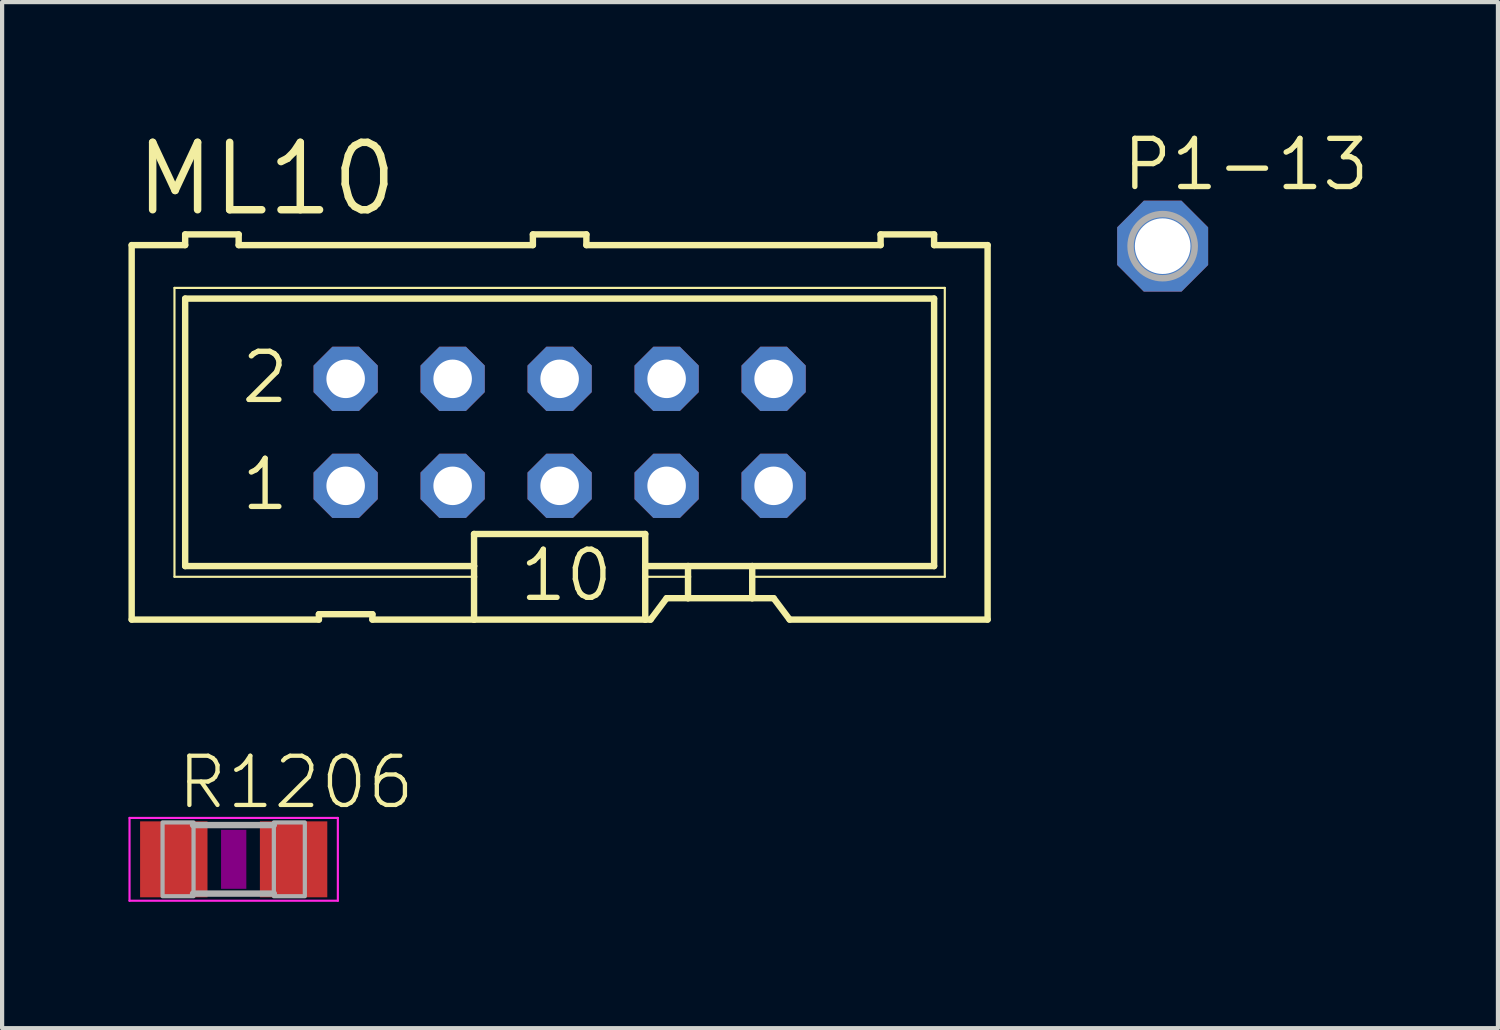
<source format=kicad_pcb>
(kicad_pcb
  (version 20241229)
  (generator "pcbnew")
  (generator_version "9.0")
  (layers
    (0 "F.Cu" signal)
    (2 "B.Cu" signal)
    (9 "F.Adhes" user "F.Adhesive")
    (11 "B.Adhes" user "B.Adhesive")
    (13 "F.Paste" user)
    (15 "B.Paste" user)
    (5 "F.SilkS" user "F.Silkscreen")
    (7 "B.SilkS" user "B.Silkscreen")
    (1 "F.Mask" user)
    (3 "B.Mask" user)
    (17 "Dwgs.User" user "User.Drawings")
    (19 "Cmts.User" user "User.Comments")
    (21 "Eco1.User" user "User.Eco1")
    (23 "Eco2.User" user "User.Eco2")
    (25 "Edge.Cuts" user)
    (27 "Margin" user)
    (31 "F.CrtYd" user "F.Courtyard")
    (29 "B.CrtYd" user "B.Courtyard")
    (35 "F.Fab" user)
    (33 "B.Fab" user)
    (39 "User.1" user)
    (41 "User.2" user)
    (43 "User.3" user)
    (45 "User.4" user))
  (footprint "R1206"
    (layer "F.Cu")
    (at 2.498 17.351)
    (property "Reference" "R1206" (at -1.397 -1.143 0) (layer "F.SilkS") (effects (font (size 1.168 1.168) (thickness 0.102)) (justify left bottom)))
    (fp_poly (pts (xy -0.3 0.7) (xy 0.3 0.7) (xy 0.3 -0.7) (xy -0.3 -0.7)) (stroke (width 0) (type default)) (fill yes) (layer "F.Adhes"))
    (fp_line (start -2.473 -0.983) (end 2.473 -0.983) (stroke (width 0.051) (type solid)) (layer "F.CrtYd"))
    (fp_line (start -2.473 0.983) (end -2.473 -0.983) (stroke (width 0.051) (type solid)) (layer "F.CrtYd"))
    (fp_line (start 2.473 -0.983) (end 2.473 0.983) (stroke (width 0.051) (type solid)) (layer "F.CrtYd"))
    (fp_line (start 2.473 0.983) (end -2.473 0.983) (stroke (width 0.051) (type solid)) (layer "F.CrtYd"))
    (fp_line (start 0.953 -0.813) (end -0.965 -0.813) (stroke (width 0.152) (type solid)) (layer "F.Fab"))
    (fp_line (start 0.953 0.813) (end -0.965 0.813) (stroke (width 0.152) (type solid)) (layer "F.Fab"))
    (fp_poly (pts (xy -1.689 0.876) (xy -0.953 0.876) (xy -0.953 -0.876) (xy -1.689 -0.876)) (stroke (width 0.1) (type default)) (fill no) (layer "F.Fab"))
    (fp_poly (pts (xy 0.953 0.876) (xy 1.689 0.876) (xy 1.689 -0.876) (xy 0.953 -0.876)) (stroke (width 0.1) (type default)) (fill no) (layer "F.Fab"))
    (pad "1" smd rect (at -1.422 0) (size 1.6 1.803) (layers "F.Cu" "F.Mask" "F.Paste"))
    (pad "2" smd rect (at 1.422 0) (size 1.6 1.803) (layers "F.Cu" "F.Mask" "F.Paste")))
  (footprint "P1-13"
    (layer "F.Cu")
    (at 24.552 2.794)
    (property "Reference" "P1-13" (at -1.016 -1.27 0) (layer "F.SilkS") (effects (font (size 1.143 1.143) (thickness 0.127)) (justify left bottom)))
    (fp_circle (center 0 0) (end 0.762 0) (stroke (width 0.152) (type solid)) (fill no) (layer "F.Fab"))
    (fp_poly (pts (xy -0.33 0.33) (xy 0.33 0.33) (xy 0.33 -0.33) (xy -0.33 -0.33)) (stroke (width 0.1) (type default)) (fill no) (layer "F.Fab"))
    (pad "1" thru_hole roundrect (at 0 0) (size 2.159 2.159) (drill 1.321) (layers "*.Cu" "*.Mask") (roundrect_rratio 0.25) (chamfer_ratio 0.293) (chamfer top_left top_right bottom_left bottom_right)))
  (footprint "ML10"
    (layer "F.Cu")
    (at 10.236 7.214)
    (property "Reference" "ML10" (at -10.16 -5.08 0) (layer "F.SilkS") (effects (font (size 1.6 1.6) (thickness 0.178)) (justify left bottom)))
    (fp_line (start -10.16 -4.445) (end -10.16 4.445) (stroke (width 0.152) (type solid)) (layer "F.SilkS"))
    (fp_line (start -10.16 -4.445) (end -8.89 -4.445) (stroke (width 0.152) (type solid)) (layer "F.SilkS"))
    (fp_line (start -9.144 -3.429) (end -9.144 3.429) (stroke (width 0.051) (type solid)) (layer "F.SilkS"))
    (fp_line (start -9.144 3.429) (end -2.032 3.429) (stroke (width 0.051) (type solid)) (layer "F.SilkS"))
    (fp_line (start -8.89 -4.699) (end -8.89 -4.445) (stroke (width 0.152) (type solid)) (layer "F.SilkS"))
    (fp_line (start -8.89 -3.175) (end -8.89 3.175) (stroke (width 0.152) (type solid)) (layer "F.SilkS"))
    (fp_line (start -8.89 -3.175) (end 8.89 -3.175) (stroke (width 0.152) (type solid)) (layer "F.SilkS"))
    (fp_line (start -7.62 -4.699) (end -8.89 -4.699) (stroke (width 0.152) (type solid)) (layer "F.SilkS"))
    (fp_line (start -7.62 -4.699) (end -7.62 -4.445) (stroke (width 0.152) (type solid)) (layer "F.SilkS"))
    (fp_line (start -7.62 -4.445) (end -0.635 -4.445) (stroke (width 0.152) (type solid)) (layer "F.SilkS"))
    (fp_line (start -5.715 4.445) (end -10.16 4.445) (stroke (width 0.152) (type solid)) (layer "F.SilkS"))
    (fp_line (start -5.715 4.445) (end -5.715 4.318) (stroke (width 0.152) (type solid)) (layer "F.SilkS"))
    (fp_line (start -4.445 4.318) (end -5.715 4.318) (stroke (width 0.152) (type solid)) (layer "F.SilkS"))
    (fp_line (start -4.445 4.318) (end -4.445 4.445) (stroke (width 0.152) (type solid)) (layer "F.SilkS"))
    (fp_line (start -2.032 3.175) (end -8.89 3.175) (stroke (width 0.152) (type solid)) (layer "F.SilkS"))
    (fp_line (start -2.032 3.175) (end -2.032 2.413) (stroke (width 0.152) (type solid)) (layer "F.SilkS"))
    (fp_line (start -2.032 3.175) (end -2.032 3.429) (stroke (width 0.152) (type solid)) (layer "F.SilkS"))
    (fp_line (start -2.032 3.429) (end -2.032 4.445) (stroke (width 0.152) (type solid)) (layer "F.SilkS"))
    (fp_line (start -2.032 4.445) (end -4.445 4.445) (stroke (width 0.152) (type solid)) (layer "F.SilkS"))
    (fp_line (start -0.635 -4.699) (end -0.635 -4.445) (stroke (width 0.152) (type solid)) (layer "F.SilkS"))
    (fp_line (start 0.635 -4.699) (end -0.635 -4.699) (stroke (width 0.152) (type solid)) (layer "F.SilkS"))
    (fp_line (start 0.635 -4.699) (end 0.635 -4.445) (stroke (width 0.152) (type solid)) (layer "F.SilkS"))
    (fp_line (start 0.635 -4.445) (end 7.62 -4.445) (stroke (width 0.152) (type solid)) (layer "F.SilkS"))
    (fp_line (start 2.032 2.413) (end -2.032 2.413) (stroke (width 0.152) (type solid)) (layer "F.SilkS"))
    (fp_line (start 2.032 2.413) (end 2.032 3.175) (stroke (width 0.152) (type solid)) (layer "F.SilkS"))
    (fp_line (start 2.032 3.175) (end 2.032 3.429) (stroke (width 0.152) (type solid)) (layer "F.SilkS"))
    (fp_line (start 2.032 3.429) (end 2.032 4.445) (stroke (width 0.152) (type solid)) (layer "F.SilkS"))
    (fp_line (start 2.032 4.445) (end -2.032 4.445) (stroke (width 0.152) (type solid)) (layer "F.SilkS"))
    (fp_line (start 2.159 4.445) (end 2.032 4.445) (stroke (width 0.152) (type solid)) (layer "F.SilkS"))
    (fp_line (start 2.159 4.445) (end 2.54 3.937) (stroke (width 0.152) (type solid)) (layer "F.SilkS"))
    (fp_line (start 3.048 3.175) (end 2.032 3.175) (stroke (width 0.152) (type solid)) (layer "F.SilkS"))
    (fp_line (start 3.048 3.175) (end 3.048 3.429) (stroke (width 0.152) (type solid)) (layer "F.SilkS"))
    (fp_line (start 3.048 3.429) (end 2.032 3.429) (stroke (width 0.051) (type solid)) (layer "F.SilkS"))
    (fp_line (start 3.048 3.429) (end 3.048 3.937) (stroke (width 0.152) (type solid)) (layer "F.SilkS"))
    (fp_line (start 3.048 3.937) (end 2.54 3.937) (stroke (width 0.152) (type solid)) (layer "F.SilkS"))
    (fp_line (start 4.572 3.175) (end 3.048 3.175) (stroke (width 0.152) (type solid)) (layer "F.SilkS"))
    (fp_line (start 4.572 3.175) (end 4.572 3.429) (stroke (width 0.152) (type solid)) (layer "F.SilkS"))
    (fp_line (start 4.572 3.429) (end 4.572 3.937) (stroke (width 0.152) (type solid)) (layer "F.SilkS"))
    (fp_line (start 4.572 3.429) (end 9.144 3.429) (stroke (width 0.051) (type solid)) (layer "F.SilkS"))
    (fp_line (start 4.572 3.937) (end 3.048 3.937) (stroke (width 0.152) (type solid)) (layer "F.SilkS"))
    (fp_line (start 5.08 3.937) (end 4.572 3.937) (stroke (width 0.152) (type solid)) (layer "F.SilkS"))
    (fp_line (start 5.08 3.937) (end 5.461 4.445) (stroke (width 0.152) (type solid)) (layer "F.SilkS"))
    (fp_line (start 7.62 -4.445) (end 7.62 -4.699) (stroke (width 0.152) (type solid)) (layer "F.SilkS"))
    (fp_line (start 8.89 -4.699) (end 7.62 -4.699) (stroke (width 0.152) (type solid)) (layer "F.SilkS"))
    (fp_line (start 8.89 -4.445) (end 8.89 -4.699) (stroke (width 0.152) (type solid)) (layer "F.SilkS"))
    (fp_line (start 8.89 -4.445) (end 10.16 -4.445) (stroke (width 0.152) (type solid)) (layer "F.SilkS"))
    (fp_line (start 8.89 3.175) (end 4.572 3.175) (stroke (width 0.152) (type solid)) (layer "F.SilkS"))
    (fp_line (start 8.89 3.175) (end 8.89 -3.175) (stroke (width 0.152) (type solid)) (layer "F.SilkS"))
    (fp_line (start 9.144 -3.429) (end -9.144 -3.429) (stroke (width 0.051) (type solid)) (layer "F.SilkS"))
    (fp_line (start 9.144 3.429) (end 9.144 -3.429) (stroke (width 0.051) (type solid)) (layer "F.SilkS"))
    (fp_line (start 10.16 4.445) (end 5.461 4.445) (stroke (width 0.152) (type solid)) (layer "F.SilkS"))
    (fp_line (start 10.16 4.445) (end 10.16 -4.445) (stroke (width 0.152) (type solid)) (layer "F.SilkS"))
    (fp_poly (pts (xy -5.334 -1.016) (xy -4.826 -1.016) (xy -4.826 -1.524) (xy -5.334 -1.524)) (stroke (width 0.1) (type default)) (fill no) (layer "F.Fab"))
    (fp_poly (pts (xy -5.334 1.524) (xy -4.826 1.524) (xy -4.826 1.016) (xy -5.334 1.016)) (stroke (width 0.1) (type default)) (fill no) (layer "F.Fab"))
    (fp_poly (pts (xy -2.794 -1.016) (xy -2.286 -1.016) (xy -2.286 -1.524) (xy -2.794 -1.524)) (stroke (width 0.1) (type default)) (fill no) (layer "F.Fab"))
    (fp_poly (pts (xy -2.794 1.524) (xy -2.286 1.524) (xy -2.286 1.016) (xy -2.794 1.016)) (stroke (width 0.1) (type default)) (fill no) (layer "F.Fab"))
    (fp_poly (pts (xy -0.254 -1.016) (xy 0.254 -1.016) (xy 0.254 -1.524) (xy -0.254 -1.524)) (stroke (width 0.1) (type default)) (fill no) (layer "F.Fab"))
    (fp_poly (pts (xy -0.254 1.524) (xy 0.254 1.524) (xy 0.254 1.016) (xy -0.254 1.016)) (stroke (width 0.1) (type default)) (fill no) (layer "F.Fab"))
    (fp_poly (pts (xy 2.286 -1.016) (xy 2.794 -1.016) (xy 2.794 -1.524) (xy 2.286 -1.524)) (stroke (width 0.1) (type default)) (fill no) (layer "F.Fab"))
    (fp_poly (pts (xy 2.286 1.524) (xy 2.794 1.524) (xy 2.794 1.016) (xy 2.286 1.016)) (stroke (width 0.1) (type default)) (fill no) (layer "F.Fab"))
    (fp_poly (pts (xy 4.826 -1.016) (xy 5.334 -1.016) (xy 5.334 -1.524) (xy 4.826 -1.524)) (stroke (width 0.1) (type default)) (fill no) (layer "F.Fab"))
    (fp_poly (pts (xy 4.826 1.524) (xy 5.334 1.524) (xy 5.334 1.016) (xy 4.826 1.016)) (stroke (width 0.1) (type default)) (fill no) (layer "F.Fab"))
    (fp_text user "1" (at -7.62 1.905 0) (layer "F.SilkS") (effects (font (size 1.143 1.143) (thickness 0.127)) (justify left bottom)))
    (fp_text user "2" (at -7.62 -0.635 0) (layer "F.SilkS") (effects (font (size 1.143 1.143) (thickness 0.127)) (justify left bottom)))
    (fp_text user "10" (at -1.016 4.064 0) (layer "F.SilkS") (effects (font (size 1.143 1.143) (thickness 0.127)) (justify left bottom)))
    (pad "1" thru_hole roundrect (at -5.08 1.27) (size 1.524 1.524) (drill 0.914) (layers "*.Cu" "*.Mask") (roundrect_rratio 0.25) (chamfer_ratio 0.293) (chamfer top_left top_right bottom_left bottom_right))
    (pad "2" thru_hole roundrect (at -5.08 -1.27) (size 1.524 1.524) (drill 0.914) (layers "*.Cu" "*.Mask") (roundrect_rratio 0.25) (chamfer_ratio 0.293) (chamfer top_left top_right bottom_left bottom_right))
    (pad "3" thru_hole roundrect (at -2.54 1.27) (size 1.524 1.524) (drill 0.914) (layers "*.Cu" "*.Mask") (roundrect_rratio 0.25) (chamfer_ratio 0.293) (chamfer top_left top_right bottom_left bottom_right))
    (pad "4" thru_hole roundrect (at -2.54 -1.27) (size 1.524 1.524) (drill 0.914) (layers "*.Cu" "*.Mask") (roundrect_rratio 0.25) (chamfer_ratio 0.293) (chamfer top_left top_right bottom_left bottom_right))
    (pad "5" thru_hole roundrect (at 0 1.27) (size 1.524 1.524) (drill 0.914) (layers "*.Cu" "*.Mask") (roundrect_rratio 0.25) (chamfer_ratio 0.293) (chamfer top_left top_right bottom_left bottom_right))
    (pad "6" thru_hole roundrect (at 0 -1.27) (size 1.524 1.524) (drill 0.914) (layers "*.Cu" "*.Mask") (roundrect_rratio 0.25) (chamfer_ratio 0.293) (chamfer top_left top_right bottom_left bottom_right))
    (pad "7" thru_hole roundrect (at 2.54 1.27) (size 1.524 1.524) (drill 0.914) (layers "*.Cu" "*.Mask") (roundrect_rratio 0.25) (chamfer_ratio 0.293) (chamfer top_left top_right bottom_left bottom_right))
    (pad "8" thru_hole roundrect (at 2.54 -1.27) (size 1.524 1.524) (drill 0.914) (layers "*.Cu" "*.Mask") (roundrect_rratio 0.25) (chamfer_ratio 0.293) (chamfer top_left top_right bottom_left bottom_right))
    (pad "9" thru_hole roundrect (at 5.08 1.27) (size 1.524 1.524) (drill 0.914) (layers "*.Cu" "*.Mask") (roundrect_rratio 0.25) (chamfer_ratio 0.293) (chamfer top_left top_right bottom_left bottom_right))
    (pad "10" thru_hole roundrect (at 5.08 -1.27) (size 1.524 1.524) (drill 0.914) (layers "*.Cu" "*.Mask") (roundrect_rratio 0.25) (chamfer_ratio 0.293) (chamfer top_left top_right bottom_left bottom_right)))
  (gr_rect
    (start -3 -3)
    (end 32.512 21.359)
    (stroke (width 0.1) (type default))
    (fill no)
    (layer "Edge.Cuts")))
</source>
